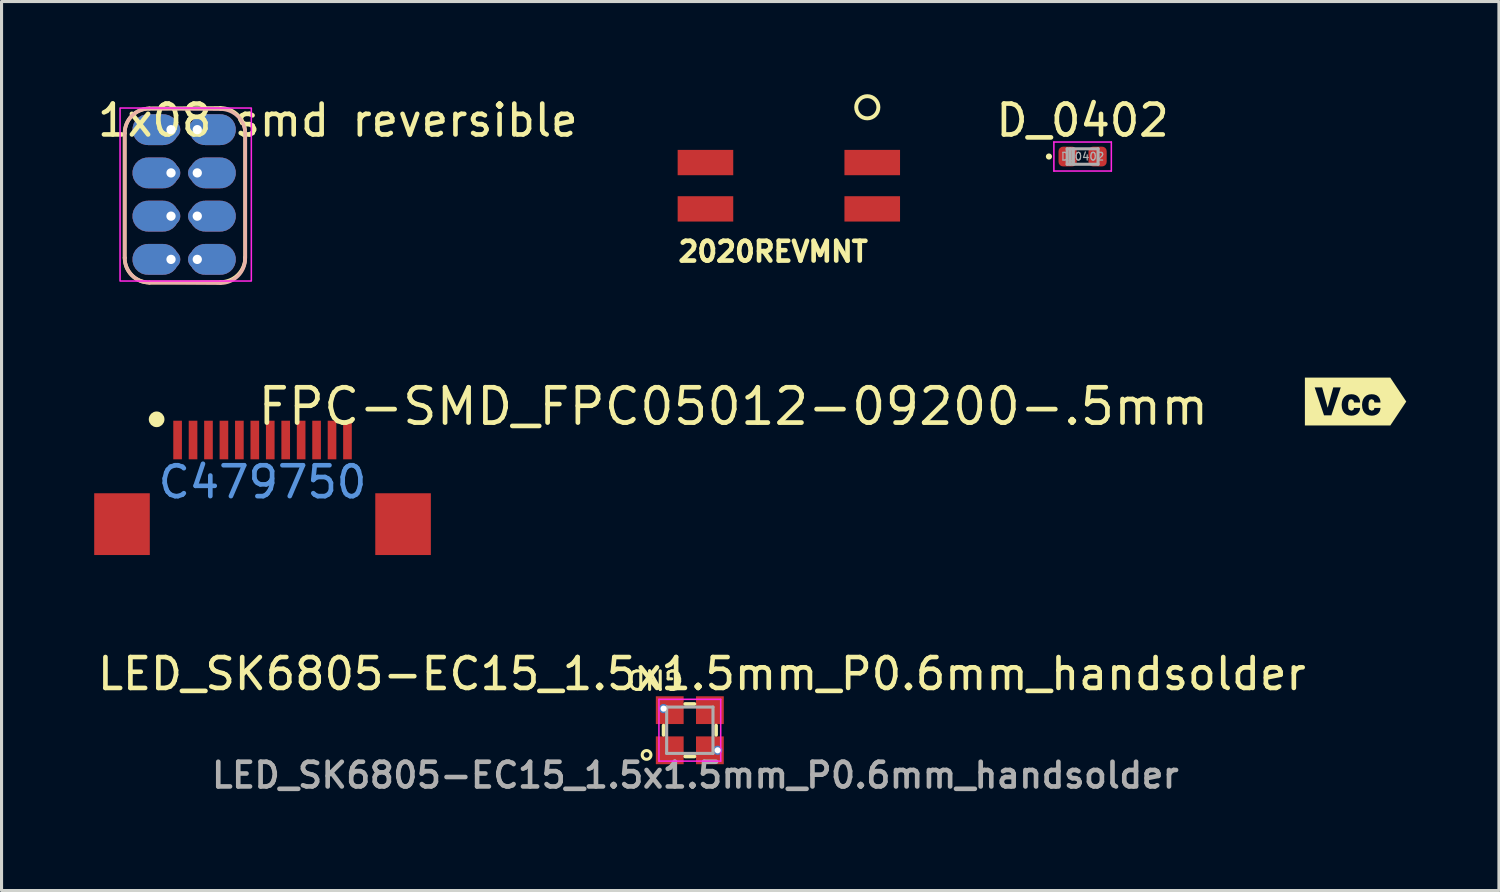
<source format=kicad_pcb>
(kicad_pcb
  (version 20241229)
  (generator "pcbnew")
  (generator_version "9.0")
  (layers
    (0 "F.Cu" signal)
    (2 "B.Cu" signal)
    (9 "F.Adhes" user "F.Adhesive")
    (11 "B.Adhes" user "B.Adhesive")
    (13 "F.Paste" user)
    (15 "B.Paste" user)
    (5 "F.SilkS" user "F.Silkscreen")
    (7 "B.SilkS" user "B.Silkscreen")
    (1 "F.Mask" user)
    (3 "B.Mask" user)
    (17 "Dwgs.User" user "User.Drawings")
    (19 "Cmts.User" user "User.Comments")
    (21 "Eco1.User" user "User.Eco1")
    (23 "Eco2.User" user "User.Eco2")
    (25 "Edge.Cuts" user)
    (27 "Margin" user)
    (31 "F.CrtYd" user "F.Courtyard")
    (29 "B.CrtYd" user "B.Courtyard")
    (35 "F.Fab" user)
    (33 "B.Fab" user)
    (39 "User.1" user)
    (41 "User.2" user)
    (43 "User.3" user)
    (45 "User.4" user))
  (footprint "2020REVMNT"
    (layer "F.Cu")
    (at 22.49 2.963)
    (property "Reference" "2020REVMNT" (at -0.508 2.134 0) (layer "F.SilkS") (effects (font (size 0.64 0.64) (thickness 0.15))))
    (attr through_hole)
    (fp_circle (center 2.54 -2.54) (end 2.899 -2.54) (stroke (width 0.127) (type solid)) (fill no) (layer "F.SilkS"))
    (fp_line (start -1.8 -1.5) (end -1.8 1.5) (stroke (width 0.0001) (type solid)) (layer "Dwgs.User"))
    (fp_line (start -1 1.5) (end 1 1.5) (stroke (width 0.0001) (type solid)) (layer "Dwgs.User"))
    (fp_line (start 1 -1.5) (end -1 -1.5) (stroke (width 0.0001) (type solid)) (layer "Dwgs.User"))
    (fp_line (start 1.8 1.5) (end 1.8 -1.5) (stroke (width 0.0001) (type solid)) (layer "Dwgs.User"))
    (fp_arc (start -1.8 -1.5) (mid -1.4 -1.9) (end -1 -1.5) (stroke (width 0.000025) (type solid)) (layer "Dwgs.User"))
    (fp_arc (start -1 1.5) (mid -1.4 1.9) (end -1.8 1.5) (stroke (width 0.000025) (type solid)) (layer "Dwgs.User"))
    (fp_arc (start 1 -1.5) (mid 1.4 -1.9) (end 1.8 -1.5) (stroke (width 0.000025) (type solid)) (layer "Dwgs.User"))
    (fp_arc (start 1.8 1.5) (mid 1.4 1.9) (end 1 1.5) (stroke (width 0.000025) (type solid)) (layer "Dwgs.User"))
    (pad "DIN" smd rect (at 2.7 0.75) (size 1.8 0.82) (layers "F.Cu" "F.Mask" "F.Paste"))
    (pad "DOUT" smd rect (at -2.7 -0.75) (size 1.8 0.82) (layers "F.Cu" "F.Mask" "F.Paste"))
    (pad "GND" smd rect (at 2.7 -0.75) (size 1.8 0.82) (layers "F.Cu" "F.Mask" "F.Paste"))
    (pad "VDD" smd rect (at -2.7 0.75) (size 1.8 0.82) (layers "F.Cu" "F.Mask" "F.Paste")))
  (footprint "LED_SK6805-EC15_1.5x1.5mm_P0.6mm_handsolder"
    (layer "F.Cu")
    (at 19.284 20.592)
    (property "Reference" "LED_SK6805-EC15_1.5x1.5mm_P0.6mm_handsolder" (at 0.389 -1.824 0) (layer "F.SilkS") (effects (font (size 1 1) (thickness 0.15))))
    (attr smd)
    (fp_line (start -0.85 -0.15) (end -0.85 0.15) (stroke (width 0.12) (type solid)) (layer "F.SilkS"))
    (fp_line (start -0.15 -0.85) (end 0.15 -0.85) (stroke (width 0.12) (type solid)) (layer "F.SilkS"))
    (fp_line (start 0.15 0.85) (end -0.15 0.85) (stroke (width 0.12) (type solid)) (layer "F.SilkS"))
    (fp_line (start 0.85 -0.15) (end 0.85 0.15) (stroke (width 0.12) (type solid)) (layer "F.SilkS"))
    (fp_circle (center -1.4 0.8) (end -1.3 0.7) (stroke (width 0.1) (type default)) (fill no) (layer "F.SilkS"))
    (fp_line (start -1 -1) (end -1 1) (stroke (width 0.05) (type solid)) (layer "F.CrtYd"))
    (fp_line (start -1 1) (end 1 1) (stroke (width 0.05) (type solid)) (layer "F.CrtYd"))
    (fp_line (start 1 -1) (end -1 -1) (stroke (width 0.05) (type solid)) (layer "F.CrtYd"))
    (fp_line (start 1 1) (end 1 -1) (stroke (width 0.05) (type solid)) (layer "F.CrtYd"))
    (fp_line (start -0.75 -0.75) (end -0.75 0.75) (stroke (width 0.1) (type solid)) (layer "F.Fab"))
    (fp_line (start -0.75 0.75) (end 0.75 0.75) (stroke (width 0.1) (type solid)) (layer "F.Fab"))
    (fp_line (start 0.75 -0.75) (end -0.75 -0.75) (stroke (width 0.1) (type solid)) (layer "F.Fab"))
    (fp_line (start 0.75 0.75) (end 0.75 -0.75) (stroke (width 0.1) (type solid)) (layer "F.Fab"))
    (fp_text user "GND" (at -0.15 -2 180) (unlocked yes) (layer "F.SilkS") (effects (font (size 0.6 0.6) (thickness 0.1)) (justify left bottom)))
    (fp_text user "${REFERENCE}" (at 0.18 1.458 0) (layer "F.Fab") (effects (font (size 0.8 0.8) (thickness 0.15))))
    (pad "1" smd rect (at -0.65 0.65) (size 0.9 0.9) (layers "F.Cu" "F.Mask" "F.Paste"))
    (pad "2" smd rect (at 0.65 0.65) (size 0.9 0.9) (layers "F.Cu" "F.Mask" "F.Paste"))
    (pad "2" thru_hole circle (at 0.9 0.65) (size 0.3 0.3) (drill 0.2) (layers "*.Cu" "*.Mask"))
    (pad "3" smd rect (at 0.65 -0.65) (size 0.9 0.9) (layers "F.Cu" "F.Mask" "F.Paste"))
    (pad "4" thru_hole circle (at -0.85 -0.7) (size 0.3 0.3) (drill 0.2) (layers "*.Cu" "*.Mask"))
    (pad "4" smd rect (at -0.65 -0.65) (size 0.9 0.9) (layers "F.Cu" "F.Mask" "F.Paste")))
  (footprint "FPC-SMD_FPC05012-09200-.5mm"
    (layer "F.Cu")
    (at 5.45 12.558)
    (property "Reference" "FPC-SMD_FPC05012-09200-.5mm" (at -0.232 -2.448 0) (layer "F.SilkS") (effects (font (size 1.143 1.143) (thickness 0.152)) (justify left)))
    (attr smd)
    (fp_circle (center -3.429 -2.032) (end -3.302 -2.032) (stroke (width 0.254) (type solid)) (fill no) (layer "F.SilkS"))
    (fp_text user "C479750" (at 0 0 0) (layer "Cmts.User") (effects (font (size 1 1) (thickness 0.15))))
    (pad "1" smd rect (at -2.75 -1.362) (size 0.28 1.25) (layers "F.Cu" "F.Mask" "F.Paste"))
    (pad "2" smd rect (at -2.25 -1.362) (size 0.28 1.25) (layers "F.Cu" "F.Mask" "F.Paste"))
    (pad "3" smd rect (at -1.75 -1.362) (size 0.28 1.25) (layers "F.Cu" "F.Mask" "F.Paste"))
    (pad "4" smd rect (at -1.25 -1.362) (size 0.28 1.25) (layers "F.Cu" "F.Mask" "F.Paste"))
    (pad "5" smd rect (at -0.75 -1.362) (size 0.28 1.25) (layers "F.Cu" "F.Mask" "F.Paste"))
    (pad "6" smd rect (at -0.25 -1.362) (size 0.28 1.25) (layers "F.Cu" "F.Mask" "F.Paste"))
    (pad "7" smd rect (at 0.25 -1.362) (size 0.28 1.25) (layers "F.Cu" "F.Mask" "F.Paste"))
    (pad "8" smd rect (at 0.75 -1.362) (size 0.28 1.25) (layers "F.Cu" "F.Mask" "F.Paste"))
    (pad "9" smd rect (at 1.25 -1.362) (size 0.28 1.25) (layers "F.Cu" "F.Mask" "F.Paste"))
    (pad "10" smd rect (at 1.75 -1.362) (size 0.28 1.25) (layers "F.Cu" "F.Mask" "F.Paste"))
    (pad "11" smd rect (at 2.25 -1.362) (size 0.28 1.25) (layers "F.Cu" "F.Mask" "F.Paste"))
    (pad "12" smd rect (at 2.75 -1.362) (size 0.28 1.25) (layers "F.Cu" "F.Mask" "F.Paste"))
    (pad "13" smd rect (at 4.55 1.362) (size 1.8 2) (layers "F.Cu" "F.Mask" "F.Paste"))
    (pad "14" smd rect (at -4.55 1.362) (size 1.8 2) (layers "F.Cu" "F.Mask" "F.Paste")))
  (footprint "D_0402"
    (layer "F.Cu")
    (at 32.001 2.018)
    (property "Reference" "D_0402" (at 0 -1.17 0) (layer "F.SilkS") (effects (font (size 1 1) (thickness 0.15))))
    (attr smd)
    (fp_circle (center -1.09 0) (end -1.04 0) (stroke (width 0.1) (type solid)) (fill no) (layer "F.SilkS"))
    (fp_line (start -0.93 -0.47) (end 0.93 -0.47) (stroke (width 0.05) (type solid)) (layer "F.CrtYd"))
    (fp_line (start -0.93 0.47) (end -0.93 -0.47) (stroke (width 0.05) (type solid)) (layer "F.CrtYd"))
    (fp_line (start 0.93 -0.47) (end 0.93 0.47) (stroke (width 0.05) (type solid)) (layer "F.CrtYd"))
    (fp_line (start 0.93 0.47) (end -0.93 0.47) (stroke (width 0.05) (type solid)) (layer "F.CrtYd"))
    (fp_line (start -0.5 -0.25) (end 0.5 -0.25) (stroke (width 0.1) (type solid)) (layer "F.Fab"))
    (fp_line (start -0.5 0.25) (end -0.5 -0.25) (stroke (width 0.1) (type solid)) (layer "F.Fab"))
    (fp_line (start -0.4 0.25) (end -0.4 -0.25) (stroke (width 0.1) (type solid)) (layer "F.Fab"))
    (fp_line (start -0.3 0.25) (end -0.3 -0.25) (stroke (width 0.1) (type solid)) (layer "F.Fab"))
    (fp_line (start 0.5 -0.25) (end 0.5 0.25) (stroke (width 0.1) (type solid)) (layer "F.Fab"))
    (fp_line (start 0.5 0.25) (end -0.5 0.25) (stroke (width 0.1) (type solid)) (layer "F.Fab"))
    (fp_text user "${REFERENCE}" (at 0 0 0) (layer "F.Fab") (effects (font (size 0.25 0.25) (thickness 0.04))))
    (pad "1" smd roundrect (at -0.485 0) (size 0.59 0.64) (layers "F.Cu" "F.Mask" "F.Paste") (roundrect_rratio 0.25))
    (pad "2" smd roundrect (at 0.485 0) (size 0.59 0.64) (layers "F.Cu" "F.Mask" "F.Paste") (roundrect_rratio 0.25)))
  (footprint "1x08 smd reversible"
    (layer "F.Cu")
    (at 2.887 3.398)
    (property "Reference" "1x08 smd reversible" (at 5 -2.55 180) (layer "F.SilkS") (effects (font (size 1 1) (thickness 0.15))))
    (attr exclude_from_pos_files)
    (fp_line (start -1.9 1.9) (end -1.9 -2.133) (stroke (width 0.12) (type solid)) (layer "F.SilkS"))
    (fp_line (start -1.1 -2.935) (end 1.2 -2.95) (stroke (width 0.12) (type solid)) (layer "F.SilkS"))
    (fp_line (start 1.202 2.685) (end -1.098 2.7) (stroke (width 0.12) (type solid)) (layer "F.SilkS"))
    (fp_line (start 2.002 1.883) (end 2.002 -2.15) (stroke (width 0.12) (type solid)) (layer "F.SilkS"))
    (fp_arc (start -1.899999 -2.133307) (mid -1.666237 -2.7) (end -1.1 -2.934867) (stroke (width 0.12) (type solid)) (layer "F.SilkS"))
    (fp_arc (start -1.09844 2.699999) (mid -1.665134 2.466237) (end -1.9 1.9) (stroke (width 0.12) (type solid)) (layer "F.SilkS"))
    (fp_arc (start 1.2 -2.95) (mid 1.766694 -2.716238) (end 2.00156 -2.150001) (stroke (width 0.12) (type solid)) (layer "F.SilkS"))
    (fp_arc (start 2.001559 1.883306) (mid 1.767797 2.45) (end 1.20156 2.684866) (stroke (width 0.12) (type solid)) (layer "F.SilkS"))
    (fp_line (start -1.9 1.9) (end -1.9 -2.133) (stroke (width 0.12) (type solid)) (layer "B.SilkS"))
    (fp_line (start -1.1 2.702) (end 1.2 2.717) (stroke (width 0.12) (type solid)) (layer "B.SilkS"))
    (fp_line (start 1.202 -2.918) (end -1.098 -2.933) (stroke (width 0.12) (type solid)) (layer "B.SilkS"))
    (fp_line (start 2.002 1.917) (end 2.002 -2.117) (stroke (width 0.12) (type solid)) (layer "B.SilkS"))
    (fp_arc (start -1.900001 -2.133307) (mid -1.665135 -2.699544) (end -1.098441 -2.933306) (stroke (width 0.12) (type solid)) (layer "B.SilkS"))
    (fp_arc (start -1.100001 2.70156) (mid -1.666238 2.466694) (end -1.9 1.9) (stroke (width 0.12) (type solid)) (layer "B.SilkS"))
    (fp_arc (start 1.201559 -2.918173) (mid 1.767795 -2.683306) (end 2.001558 -2.116613) (stroke (width 0.12) (type solid)) (layer "B.SilkS"))
    (fp_arc (start 2.001559 1.916694) (mid 1.766693 2.482931) (end 1.199999 2.716693) (stroke (width 0.12) (type solid)) (layer "B.SilkS"))
    (fp_rect (start -2.05 -2.95) (end 2.2 2.65) (stroke (width 0.05) (type solid)) (fill no) (layer "F.CrtYd"))
    (pad "1" smd custom (at -0.9 -2.25 90) (size 1 0.5) (layers "F.Cu" "F.Mask") (options (anchor rect)) (primitives (gr_circle (center 0 0.25) (end 0.5 0.25) (width 0) (fill yes)) (gr_circle (center 0 -0.25) (end 0.5 -0.25) (width 0) (fill yes))))
    (pad "1" smd custom (at -0.9 -2.25 270) (size 1 0.5) (layers "B.Cu" "B.Mask") (options (anchor rect)) (primitives (gr_circle (center 0 0.25) (end -0.5 0.25) (width 0) (fill yes)) (gr_circle (center 0 -0.25) (end -0.5 -0.25) (width 0) (fill yes))))
    (pad "1" thru_hole circle (at -0.4 -2.25 90) (size 0.6 0.6) (drill 0.3) (layers "*.Cu" "*.Mask"))
    (pad "2" smd custom (at -0.9 -0.85 90) (size 1 0.5) (layers "F.Cu" "F.Mask") (options (anchor rect)) (primitives (gr_circle (center 0 0.25) (end 0.5 0.25) (width 0) (fill yes)) (gr_circle (center 0 -0.25) (end 0.5 -0.25) (width 0) (fill yes))))
    (pad "2" smd custom (at -0.9 -0.85 270) (size 1 0.5) (layers "B.Cu" "B.Mask") (options (anchor rect)) (primitives (gr_circle (center 0 0.25) (end -0.5 0.25) (width 0) (fill yes)) (gr_circle (center 0 -0.25) (end -0.5 -0.25) (width 0) (fill yes))))
    (pad "2" thru_hole circle (at -0.4 -0.85 90) (size 0.6 0.6) (drill 0.3) (layers "*.Cu" "*.Mask"))
    (pad "3" smd custom (at -0.9 0.55 90) (size 1 0.5) (layers "F.Cu" "F.Mask") (options (anchor rect)) (primitives (gr_circle (center 0 0.25) (end 0.5 0.25) (width 0) (fill yes)) (gr_circle (center 0 -0.25) (end 0.5 -0.25) (width 0) (fill yes))))
    (pad "3" smd custom (at -0.9 0.55 270) (size 1 0.5) (layers "B.Cu" "B.Mask") (options (anchor rect)) (primitives (gr_circle (center 0 0.25) (end -0.5 0.25) (width 0) (fill yes)) (gr_circle (center 0 -0.25) (end -0.5 -0.25) (width 0) (fill yes))))
    (pad "3" thru_hole circle (at -0.4 0.55 90) (size 0.6 0.6) (drill 0.3) (layers "*.Cu" "*.Mask"))
    (pad "4" smd custom (at -0.9 1.95 90) (size 1 0.5) (layers "F.Cu" "F.Mask") (options (anchor rect)) (primitives (gr_circle (center 0 0.25) (end 0.5 0.25) (width 0) (fill yes)) (gr_circle (center 0 -0.25) (end 0.5 -0.25) (width 0) (fill yes))))
    (pad "4" smd custom (at -0.9 1.95 270) (size 1 0.5) (layers "B.Cu" "B.Mask") (options (anchor rect)) (primitives (gr_circle (center 0 0.25) (end -0.5 0.25) (width 0) (fill yes)) (gr_circle (center 0 -0.25) (end -0.5 -0.25) (width 0) (fill yes))))
    (pad "4" thru_hole circle (at -0.4 1.95 90) (size 0.6 0.6) (drill 0.3) (layers "*.Cu" "*.Mask"))
    (pad "5" thru_hole circle (at 0.45 -2.25 90) (size 0.6 0.6) (drill 0.3) (layers "*.Cu" "*.Mask"))
    (pad "5" smd custom (at 0.95 -2.25 90) (size 1 0.5) (layers "F.Cu" "F.Mask") (options (anchor rect)) (primitives (gr_circle (center 0 0.25) (end 0.5 0.25) (width 0) (fill yes)) (gr_circle (center 0 -0.25) (end 0.5 -0.25) (width 0) (fill yes))))
    (pad "5" smd custom (at 0.95 -2.25 270) (size 1 0.5) (layers "B.Cu" "B.Mask") (options (anchor rect)) (primitives (gr_circle (center 0 0.25) (end -0.5 0.25) (width 0) (fill yes)) (gr_circle (center 0 -0.25) (end -0.5 -0.25) (width 0) (fill yes))))
    (pad "6" thru_hole circle (at 0.45 -0.85 90) (size 0.6 0.6) (drill 0.3) (layers "*.Cu" "*.Mask"))
    (pad "6" smd custom (at 0.95 -0.85 90) (size 1 0.5) (layers "F.Cu" "F.Mask") (options (anchor rect)) (primitives (gr_circle (center 0 0.25) (end 0.5 0.25) (width 0) (fill yes)) (gr_circle (center 0 -0.25) (end 0.5 -0.25) (width 0) (fill yes))))
    (pad "6" smd custom (at 0.95 -0.85 270) (size 1 0.5) (layers "B.Cu" "B.Mask") (options (anchor rect)) (primitives (gr_circle (center 0 0.25) (end -0.5 0.25) (width 0) (fill yes)) (gr_circle (center 0 -0.25) (end -0.5 -0.25) (width 0) (fill yes))))
    (pad "7" thru_hole circle (at 0.45 0.55 90) (size 0.6 0.6) (drill 0.3) (layers "*.Cu" "*.Mask"))
    (pad "7" smd custom (at 0.95 0.55 90) (size 1 0.5) (layers "F.Cu" "F.Mask") (options (anchor rect)) (primitives (gr_circle (center 0 0.25) (end 0.5 0.25) (width 0) (fill yes)) (gr_circle (center 0 -0.25) (end 0.5 -0.25) (width 0) (fill yes))))
    (pad "7" smd custom (at 0.95 0.55 270) (size 1 0.5) (layers "B.Cu" "B.Mask") (options (anchor rect)) (primitives (gr_circle (center 0 0.25) (end -0.5 0.25) (width 0) (fill yes)) (gr_circle (center 0 -0.25) (end -0.5 -0.25) (width 0) (fill yes))))
    (pad "8" thru_hole circle (at 0.45 1.95 90) (size 0.6 0.6) (drill 0.3) (layers "*.Cu" "*.Mask"))
    (pad "8" smd custom (at 0.95 1.95 90) (size 1 0.5) (layers "F.Cu" "F.Mask") (options (anchor rect)) (primitives (gr_circle (center 0 0.25) (end 0.5 0.25) (width 0) (fill yes)) (gr_circle (center 0 -0.25) (end 0.5 -0.25) (width 0) (fill yes))))
    (pad "8" smd custom (at 0.95 1.95 270) (size 1 0.5) (layers "B.Cu" "B.Mask") (options (anchor rect)) (primitives (gr_circle (center 0 0.25) (end -0.5 0.25) (width 0) (fill yes)) (gr_circle (center 0 -0.25) (end -0.5 -0.25) (width 0) (fill yes)))))
  (footprint "kibuzzard-628D3AA1"
    (layer "F.Cu")
    (at 40.839 9.951)
    (property "Reference" "kibuzzard-628D3AA1" (at 0 -0.776 0) (layer "F.SilkS") (effects (font (size 0.001 0.001) (thickness 0.000003))))
    (attr board_only exclude_from_pos_files exclude_from_bom)
    (fp_poly (pts (xy -1.324 -0.775) (xy -1.324 -0.458) (xy -1.083 -0.458) (xy -0.903 0.2) (xy -0.723 -0.458) (xy -0.48 -0.458) (xy -0.784 0.445) (xy -1.022 0.445) (xy -1.324 -0.458) (xy -1.324 -0.775) (xy -1.641 -0.775) (xy -1.641 0.775) (xy -0.303 0.417) (xy -0.366 0.366) (xy -0.413 0.297) (xy -0.441 0.212) (xy -0.451 0.112) (xy -0.451 0.103) (xy -0.441 0.007) (xy -0.413 -0.077) (xy -0.367 -0.145) (xy -0.305 -0.196) (xy -0.228 -0.228) (xy -0.137 -0.238) (xy -0.056 -0.23) (xy 0.013 -0.206) (xy 0.07 -0.166) (xy 0.113 -0.111) (xy 0.139 -0.046) (xy 0.147 0.031) (xy -0.049 0.031) (xy -0.074 -0.049) (xy -0.142 -0.077) (xy -0.207 -0.051) (xy -0.237 0.027) (xy -0.242 0.117) (xy -0.236 0.203) (xy -0.217 0.257) (xy -0.141 0.296) (xy -0.072 0.273) (xy -0.049 0.206) (xy 0.147 0.206) (xy 0.138 0.275) (xy 0.112 0.335) (xy 0.068 0.387) (xy 0.01 0.426) (xy 0.294 0.366) (xy 0.247 0.297) (xy 0.219 0.212) (xy 0.209 0.112) (xy 0.209 0.103) (xy 0.219 0.007) (xy 0.247 -0.077) (xy 0.293 -0.145) (xy 0.355 -0.196) (xy 0.432 -0.228) (xy 0.522 -0.238) (xy 0.604 -0.23) (xy 0.673 -0.206) (xy 0.73 -0.166) (xy 0.773 -0.111) (xy 0.798 -0.046) (xy 0.807 0.031) (xy 0.611 0.031) (xy 0.586 -0.049) (xy 0.517 -0.077) (xy 0.453 -0.051) (xy 0.423 0.027) (xy 0.418 0.117) (xy 0.424 0.203) (xy 0.442 0.257) (xy 0.519 0.296) (xy 0.587 0.273) (xy 0.611 0.206) (xy 0.807 0.206) (xy 0.798 0.275) (xy 0.772 0.335) (xy 0.728 0.387) (xy 0.67 0.426) (xy 0.602 0.45) (xy 0.524 0.458) (xy 0.434 0.447) (xy 0.357 0.417) (xy 0.294 0.366) (xy 0.01 0.426) (xy -0.058 0.45) (xy -0.136 0.458) (xy -0.226 0.447) (xy -0.303 0.417) (xy -1.641 0.775) (xy -1.324 0.775) (xy 0.807 0.775) (xy 1.124 0.775) (xy 1.641 0) (xy 1.124 -0.775) (xy 0.807 -0.775) (xy -1.324 -0.775)) (stroke (width 0) (type solid)) (fill yes) (layer "F.SilkS")))
  (gr_rect
    (start -3 -3)
    (end 45.48 25.782)
    (stroke (width 0.1) (type default))
    (fill no)
    (layer "Edge.Cuts")))
</source>
